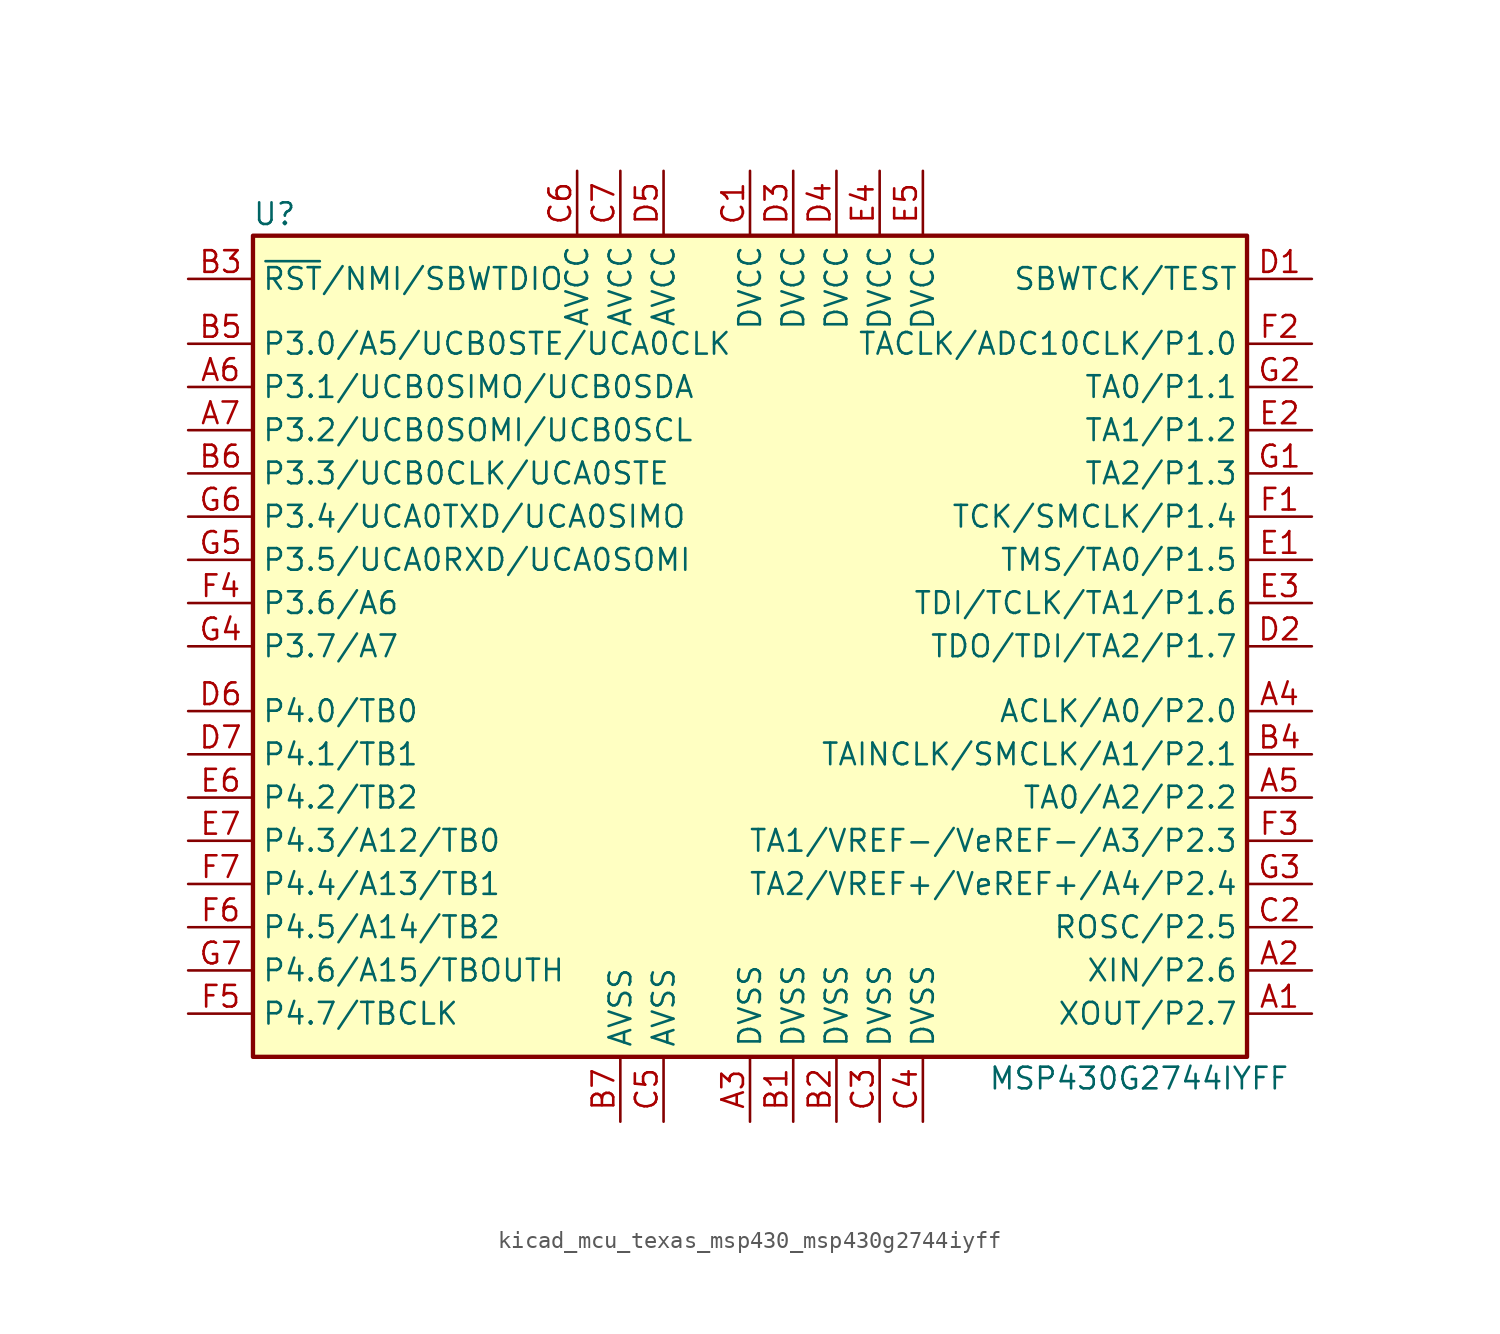
<source format=kicad_sym>
(kicad_symbol_lib
  (version 20220914)
  (generator kicad_symbol_editor)
  (symbol "kicad_mcu_texas_msp430_msp430g2744iyff"
    (property "Reference" "U"
      (at -27.94 25.4 0)
      (effects (font (size 1.27 1.27))))
    (property "Value" "MSP430G2744IYFF"
      (at 22.86 -25.4 0)
      (effects (font (size 1.27 1.27))))
    (symbol "kicad_mcu_texas_msp430_msp430g2744iyff_0_1"
      (rectangle (start -29.21 24.13) (end 29.21 -24.13) (stroke (width 0.254) (type default)) (fill (type background))))
    (symbol "kicad_mcu_texas_msp430_msp430g2744iyff_1_1"
      (pin bidirectional line (at 33.02 -21.59 180) (length 3.81) (name "XOUT/P2.7" (effects (font (size 1.27 1.27)))) (number "A1" (effects (font (size 1.27 1.27)))))
      (pin bidirectional line (at 33.02 -19.05 180) (length 3.81) (name "XIN/P2.6" (effects (font (size 1.27 1.27)))) (number "A2" (effects (font (size 1.27 1.27)))))
      (pin power_in line (at 0 -27.94 90) (length 3.81) (name "DVSS" (effects (font (size 1.27 1.27)))) (number "A3" (effects (font (size 1.27 1.27)))))
      (pin bidirectional line (at 33.02 -3.81 180) (length 3.81) (name "ACLK/A0/P2.0" (effects (font (size 1.27 1.27)))) (number "A4" (effects (font (size 1.27 1.27)))))
      (pin bidirectional line (at 33.02 -8.89 180) (length 3.81) (name "TA0/A2/P2.2" (effects (font (size 1.27 1.27)))) (number "A5" (effects (font (size 1.27 1.27)))))
      (pin bidirectional line (at -33.02 15.24 0) (length 3.81) (name "P3.1/UCB0SIMO/UCB0SDA" (effects (font (size 1.27 1.27)))) (number "A6" (effects (font (size 1.27 1.27)))))
      (pin bidirectional line (at -33.02 12.7 0) (length 3.81) (name "P3.2/UCB0SOMI/UCB0SCL" (effects (font (size 1.27 1.27)))) (number "A7" (effects (font (size 1.27 1.27)))))
      (pin power_in line (at 2.54 -27.94 90) (length 3.81) (name "DVSS" (effects (font (size 1.27 1.27)))) (number "B1" (effects (font (size 1.27 1.27)))))
      (pin power_in line (at 5.08 -27.94 90) (length 3.81) (name "DVSS" (effects (font (size 1.27 1.27)))) (number "B2" (effects (font (size 1.27 1.27)))))
      (pin input line (at -33.02 21.59 0) (length 3.81) (name "~{RST}/NMI/SBWTDIO" (effects (font (size 1.27 1.27)))) (number "B3" (effects (font (size 1.27 1.27)))))
      (pin bidirectional line (at 33.02 -6.35 180) (length 3.81) (name "TAINCLK/SMCLK/A1/P2.1" (effects (font (size 1.27 1.27)))) (number "B4" (effects (font (size 1.27 1.27)))))
      (pin bidirectional line (at -33.02 17.78 0) (length 3.81) (name "P3.0/A5/UCB0STE/UCA0CLK" (effects (font (size 1.27 1.27)))) (number "B5" (effects (font (size 1.27 1.27)))))
      (pin bidirectional line (at -33.02 10.16 0) (length 3.81) (name "P3.3/UCB0CLK/UCA0STE" (effects (font (size 1.27 1.27)))) (number "B6" (effects (font (size 1.27 1.27)))))
      (pin power_in line (at -7.62 -27.94 90) (length 3.81) (name "AVSS" (effects (font (size 1.27 1.27)))) (number "B7" (effects (font (size 1.27 1.27)))))
      (pin power_in line (at 0 27.94 270) (length 3.81) (name "DVCC" (effects (font (size 1.27 1.27)))) (number "C1" (effects (font (size 1.27 1.27)))))
      (pin bidirectional line (at 33.02 -16.51 180) (length 3.81) (name "ROSC/P2.5" (effects (font (size 1.27 1.27)))) (number "C2" (effects (font (size 1.27 1.27)))))
      (pin power_in line (at 7.62 -27.94 90) (length 3.81) (name "DVSS" (effects (font (size 1.27 1.27)))) (number "C3" (effects (font (size 1.27 1.27)))))
      (pin power_in line (at 10.16 -27.94 90) (length 3.81) (name "DVSS" (effects (font (size 1.27 1.27)))) (number "C4" (effects (font (size 1.27 1.27)))))
      (pin power_in line (at -5.08 -27.94 90) (length 3.81) (name "AVSS" (effects (font (size 1.27 1.27)))) (number "C5" (effects (font (size 1.27 1.27)))))
      (pin power_in line (at -10.16 27.94 270) (length 3.81) (name "AVCC" (effects (font (size 1.27 1.27)))) (number "C6" (effects (font (size 1.27 1.27)))))
      (pin power_in line (at -7.62 27.94 270) (length 3.81) (name "AVCC" (effects (font (size 1.27 1.27)))) (number "C7" (effects (font (size 1.27 1.27)))))
      (pin input line (at 33.02 21.59 180) (length 3.81) (name "SBWTCK/TEST" (effects (font (size 1.27 1.27)))) (number "D1" (effects (font (size 1.27 1.27)))))
      (pin bidirectional line (at 33.02 0 180) (length 3.81) (name "TDO/TDI/TA2/P1.7" (effects (font (size 1.27 1.27)))) (number "D2" (effects (font (size 1.27 1.27)))))
      (pin power_in line (at 2.54 27.94 270) (length 3.81) (name "DVCC" (effects (font (size 1.27 1.27)))) (number "D3" (effects (font (size 1.27 1.27)))))
      (pin power_in line (at 5.08 27.94 270) (length 3.81) (name "DVCC" (effects (font (size 1.27 1.27)))) (number "D4" (effects (font (size 1.27 1.27)))))
      (pin power_in line (at -5.08 27.94 270) (length 3.81) (name "AVCC" (effects (font (size 1.27 1.27)))) (number "D5" (effects (font (size 1.27 1.27)))))
      (pin bidirectional line (at -33.02 -3.81 0) (length 3.81) (name "P4.0/TB0" (effects (font (size 1.27 1.27)))) (number "D6" (effects (font (size 1.27 1.27)))))
      (pin bidirectional line (at -33.02 -6.35 0) (length 3.81) (name "P4.1/TB1" (effects (font (size 1.27 1.27)))) (number "D7" (effects (font (size 1.27 1.27)))))
      (pin bidirectional line (at 33.02 5.08 180) (length 3.81) (name "TMS/TA0/P1.5" (effects (font (size 1.27 1.27)))) (number "E1" (effects (font (size 1.27 1.27)))))
      (pin bidirectional line (at 33.02 12.7 180) (length 3.81) (name "TA1/P1.2" (effects (font (size 1.27 1.27)))) (number "E2" (effects (font (size 1.27 1.27)))))
      (pin bidirectional line (at 33.02 2.54 180) (length 3.81) (name "TDI/TCLK/TA1/P1.6" (effects (font (size 1.27 1.27)))) (number "E3" (effects (font (size 1.27 1.27)))))
      (pin power_in line (at 7.62 27.94 270) (length 3.81) (name "DVCC" (effects (font (size 1.27 1.27)))) (number "E4" (effects (font (size 1.27 1.27)))))
      (pin power_in line (at 10.16 27.94 270) (length 3.81) (name "DVCC" (effects (font (size 1.27 1.27)))) (number "E5" (effects (font (size 1.27 1.27)))))
      (pin bidirectional line (at -33.02 -8.89 0) (length 3.81) (name "P4.2/TB2" (effects (font (size 1.27 1.27)))) (number "E6" (effects (font (size 1.27 1.27)))))
      (pin bidirectional line (at -33.02 -11.43 0) (length 3.81) (name "P4.3/A12/TB0" (effects (font (size 1.27 1.27)))) (number "E7" (effects (font (size 1.27 1.27)))))
      (pin bidirectional line (at 33.02 7.62 180) (length 3.81) (name "TCK/SMCLK/P1.4" (effects (font (size 1.27 1.27)))) (number "F1" (effects (font (size 1.27 1.27)))))
      (pin bidirectional line (at 33.02 17.78 180) (length 3.81) (name "TACLK/ADC10CLK/P1.0" (effects (font (size 1.27 1.27)))) (number "F2" (effects (font (size 1.27 1.27)))))
      (pin bidirectional line (at 33.02 -11.43 180) (length 3.81) (name "TA1/VREF-/VeREF-/A3/P2.3" (effects (font (size 1.27 1.27)))) (number "F3" (effects (font (size 1.27 1.27)))))
      (pin bidirectional line (at -33.02 2.54 0) (length 3.81) (name "P3.6/A6" (effects (font (size 1.27 1.27)))) (number "F4" (effects (font (size 1.27 1.27)))))
      (pin bidirectional line (at -33.02 -21.59 0) (length 3.81) (name "P4.7/TBCLK" (effects (font (size 1.27 1.27)))) (number "F5" (effects (font (size 1.27 1.27)))))
      (pin bidirectional line (at -33.02 -16.51 0) (length 3.81) (name "P4.5/A14/TB2" (effects (font (size 1.27 1.27)))) (number "F6" (effects (font (size 1.27 1.27)))))
      (pin bidirectional line (at -33.02 -13.97 0) (length 3.81) (name "P4.4/A13/TB1" (effects (font (size 1.27 1.27)))) (number "F7" (effects (font (size 1.27 1.27)))))
      (pin bidirectional line (at 33.02 10.16 180) (length 3.81) (name "TA2/P1.3" (effects (font (size 1.27 1.27)))) (number "G1" (effects (font (size 1.27 1.27)))))
      (pin bidirectional line (at 33.02 15.24 180) (length 3.81) (name "TA0/P1.1" (effects (font (size 1.27 1.27)))) (number "G2" (effects (font (size 1.27 1.27)))))
      (pin bidirectional line (at 33.02 -13.97 180) (length 3.81) (name "TA2/VREF+/VeREF+/A4/P2.4" (effects (font (size 1.27 1.27)))) (number "G3" (effects (font (size 1.27 1.27)))))
      (pin bidirectional line (at -33.02 0 0) (length 3.81) (name "P3.7/A7" (effects (font (size 1.27 1.27)))) (number "G4" (effects (font (size 1.27 1.27)))))
      (pin bidirectional line (at -33.02 5.08 0) (length 3.81) (name "P3.5/UCA0RXD/UCA0SOMI" (effects (font (size 1.27 1.27)))) (number "G5" (effects (font (size 1.27 1.27)))))
      (pin bidirectional line (at -33.02 7.62 0) (length 3.81) (name "P3.4/UCA0TXD/UCA0SIMO" (effects (font (size 1.27 1.27)))) (number "G6" (effects (font (size 1.27 1.27)))))
      (pin bidirectional line (at -33.02 -19.05 0) (length 3.81) (name "P4.6/A15/TBOUTH" (effects (font (size 1.27 1.27)))) (number "G7" (effects (font (size 1.27 1.27))))))))
</source>
